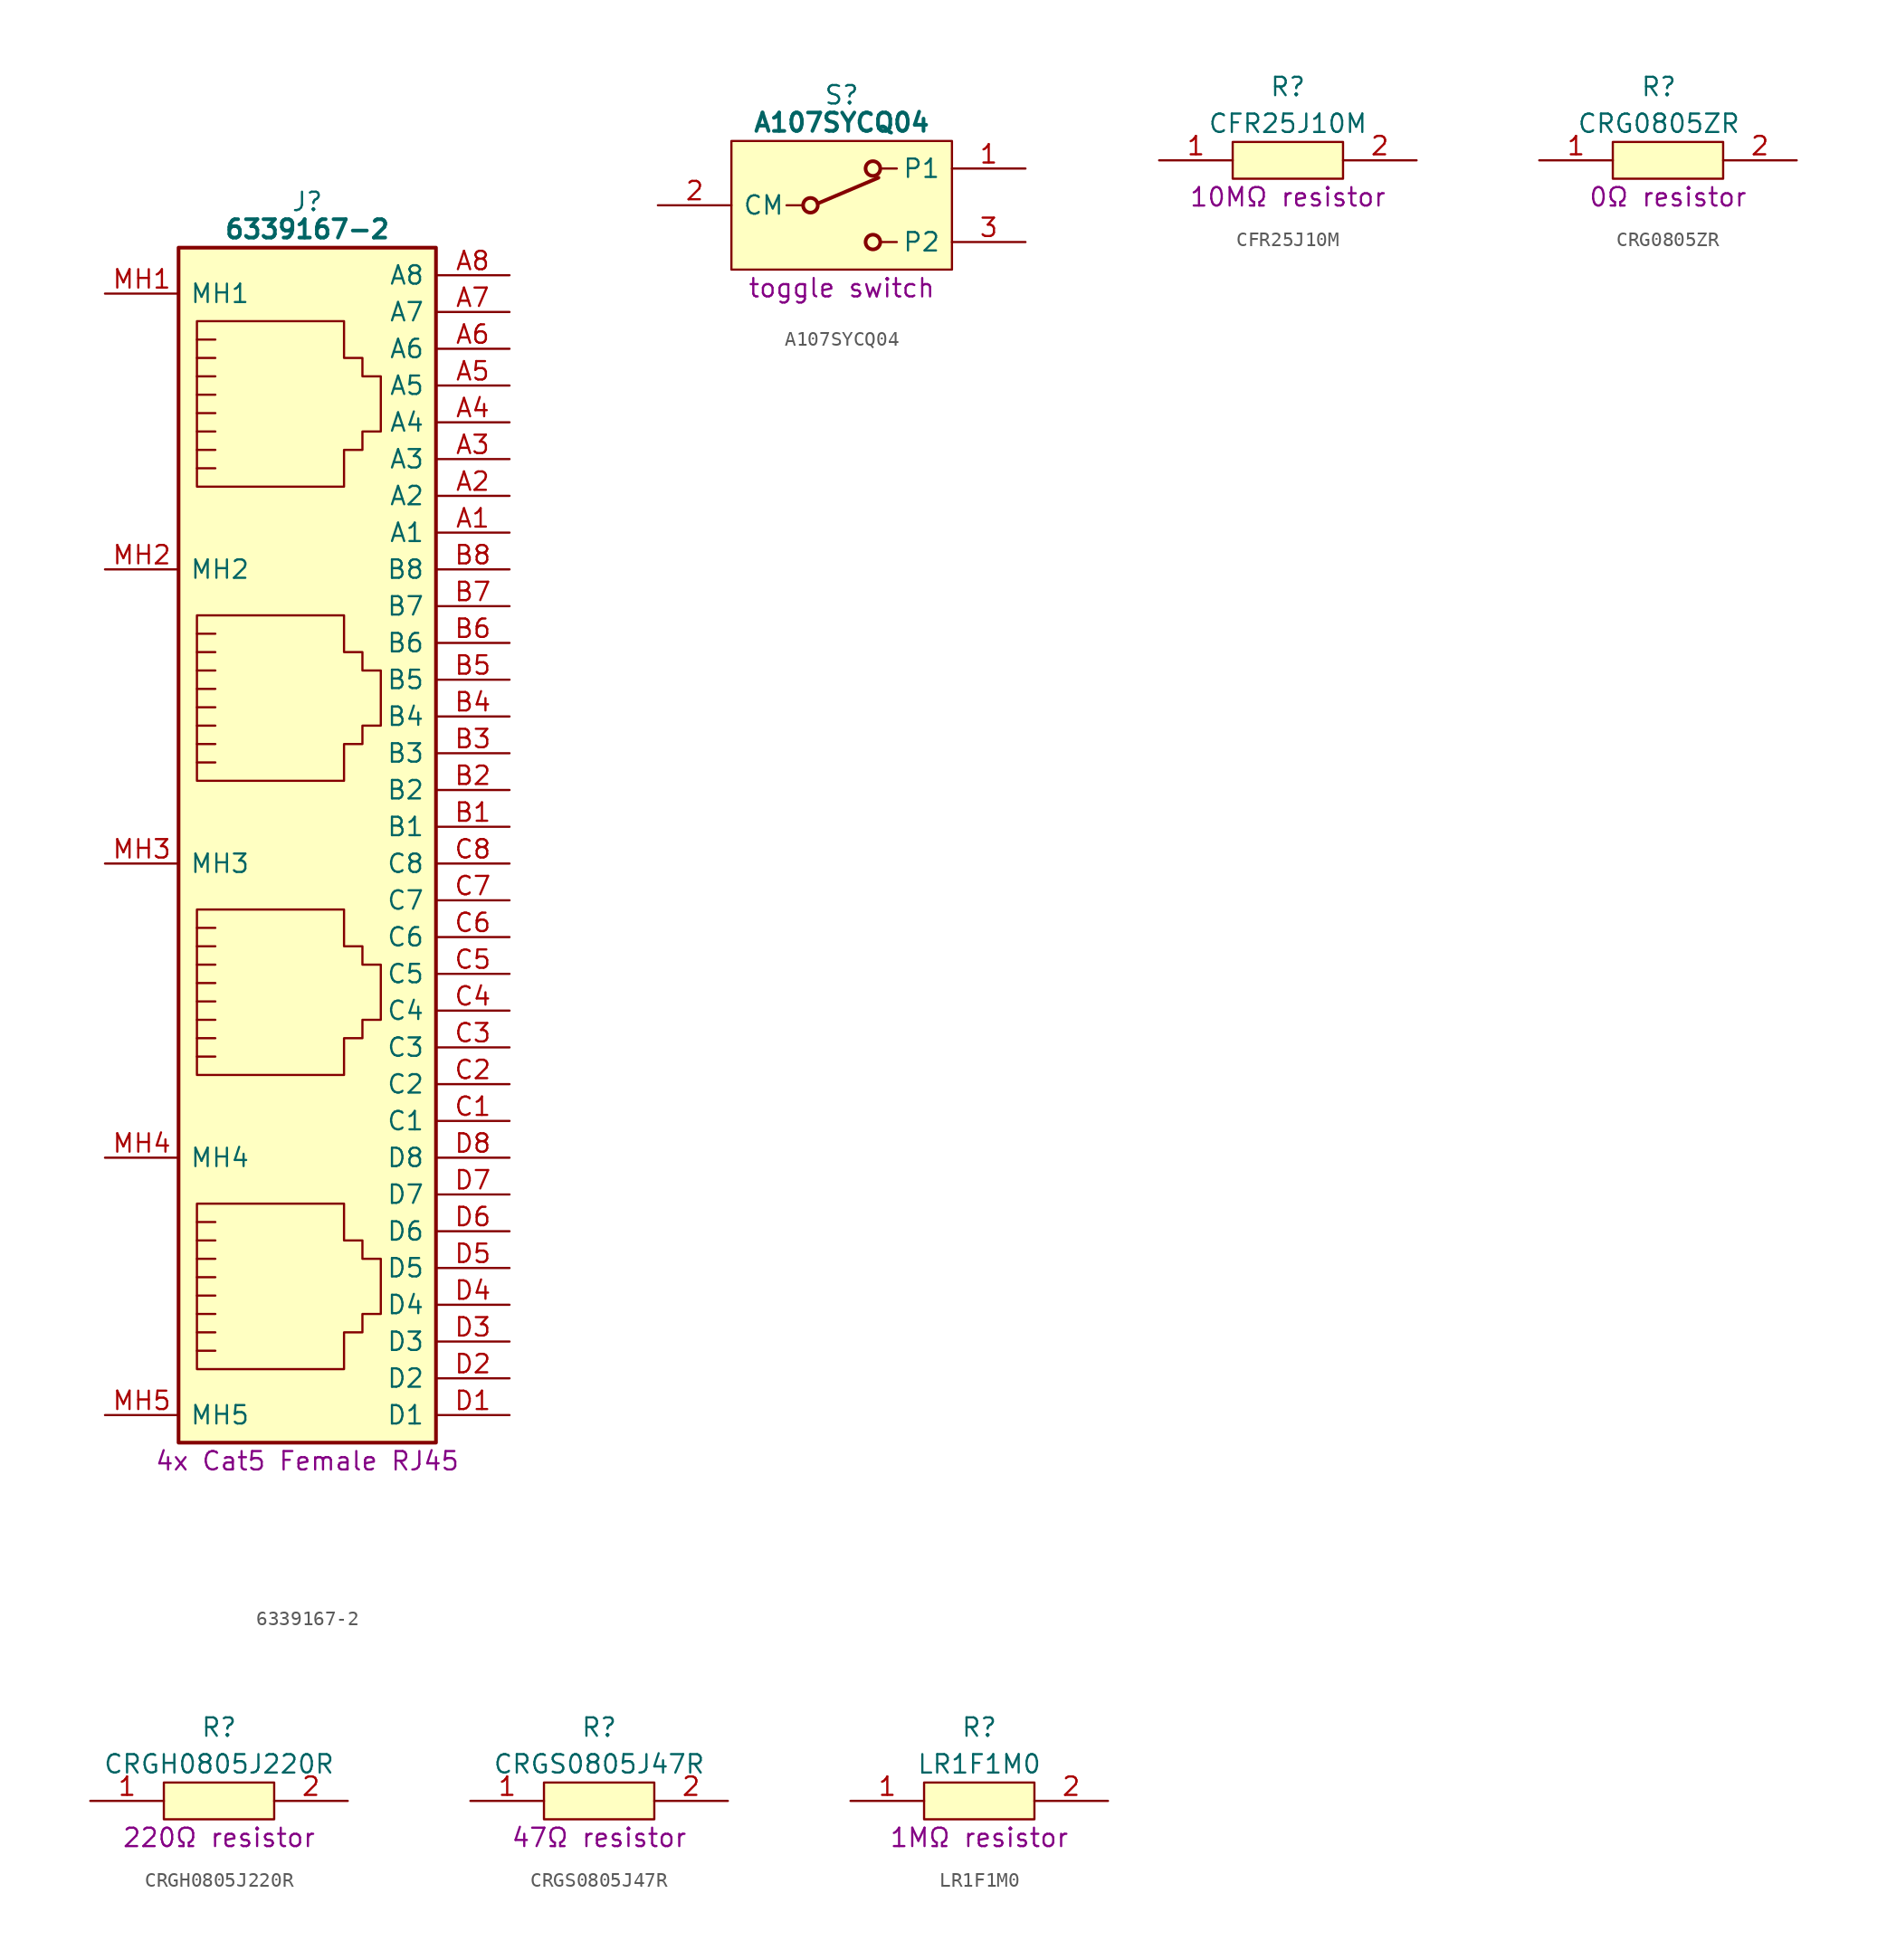
<source format=kicad_sym>
(kicad_symbol_lib
  (version 20241209)
  (generator "kicad_symbol_editor")
  (generator_version "9.0")
  (symbol "6339167-2"
    (pin_names
      (offset 0.762))
    (property "Reference" "J"
      (at -13.97 5.08 0)
      (effects (font (size 1.27 1.27))))
    (property "Value" "6339167-2"
      (at -13.97 3.175 0)
      (effects (font (size 1.27 1.27) (bold yes))))
    (property "Description" "4x Cat5 Female RJ45"
      (at -13.97 -81.915 0)
      (effects (font (size 1.27 1.27))))
    (symbol "6339167-2_0_0"
      (pin passive line (at -27.94 -1.27 0) (length 5.08) (name "MH1" (effects (font (size 1.27 1.27)))) (number "MH1" (effects (font (size 1.27 1.27)))))
      (pin passive line (at -27.94 -20.32 0) (length 5.08) (name "MH2" (effects (font (size 1.27 1.27)))) (number "MH2" (effects (font (size 1.27 1.27)))))
      (pin passive line (at -27.94 -40.64 0) (length 5.08) (name "MH3" (effects (font (size 1.27 1.27)))) (number "MH3" (effects (font (size 1.27 1.27)))))
      (pin passive line (at -27.94 -60.96 0) (length 5.08) (name "MH4" (effects (font (size 1.27 1.27)))) (number "MH4" (effects (font (size 1.27 1.27)))))
      (pin passive line (at -27.94 -78.74 0) (length 5.08) (name "MH5" (effects (font (size 1.27 1.27)))) (number "MH5" (effects (font (size 1.27 1.27)))))
      (pin passive line (at 0 0 180) (length 5.08) (name "A8" (effects (font (size 1.27 1.27)))) (number "A8" (effects (font (size 1.27 1.27)))))
      (pin passive line (at 0 -2.54 180) (length 5.08) (name "A7" (effects (font (size 1.27 1.27)))) (number "A7" (effects (font (size 1.27 1.27)))))
      (pin passive line (at 0 -5.08 180) (length 5.08) (name "A6" (effects (font (size 1.27 1.27)))) (number "A6" (effects (font (size 1.27 1.27)))))
      (pin passive line (at 0 -7.62 180) (length 5.08) (name "A5" (effects (font (size 1.27 1.27)))) (number "A5" (effects (font (size 1.27 1.27)))))
      (pin passive line (at 0 -10.16 180) (length 5.08) (name "A4" (effects (font (size 1.27 1.27)))) (number "A4" (effects (font (size 1.27 1.27)))))
      (pin passive line (at 0 -12.7 180) (length 5.08) (name "A3" (effects (font (size 1.27 1.27)))) (number "A3" (effects (font (size 1.27 1.27)))))
      (pin passive line (at 0 -15.24 180) (length 5.08) (name "A2" (effects (font (size 1.27 1.27)))) (number "A2" (effects (font (size 1.27 1.27)))))
      (pin passive line (at 0 -17.78 180) (length 5.08) (name "A1" (effects (font (size 1.27 1.27)))) (number "A1" (effects (font (size 1.27 1.27)))))
      (pin passive line (at 0 -20.32 180) (length 5.08) (name "B8" (effects (font (size 1.27 1.27)))) (number "B8" (effects (font (size 1.27 1.27)))))
      (pin passive line (at 0 -22.86 180) (length 5.08) (name "B7" (effects (font (size 1.27 1.27)))) (number "B7" (effects (font (size 1.27 1.27)))))
      (pin passive line (at 0 -25.4 180) (length 5.08) (name "B6" (effects (font (size 1.27 1.27)))) (number "B6" (effects (font (size 1.27 1.27)))))
      (pin passive line (at 0 -27.94 180) (length 5.08) (name "B5" (effects (font (size 1.27 1.27)))) (number "B5" (effects (font (size 1.27 1.27)))))
      (pin passive line (at 0 -30.48 180) (length 5.08) (name "B4" (effects (font (size 1.27 1.27)))) (number "B4" (effects (font (size 1.27 1.27)))))
      (pin passive line (at 0 -33.02 180) (length 5.08) (name "B3" (effects (font (size 1.27 1.27)))) (number "B3" (effects (font (size 1.27 1.27)))))
      (pin passive line (at 0 -35.56 180) (length 5.08) (name "B2" (effects (font (size 1.27 1.27)))) (number "B2" (effects (font (size 1.27 1.27)))))
      (pin passive line (at 0 -38.1 180) (length 5.08) (name "B1" (effects (font (size 1.27 1.27)))) (number "B1" (effects (font (size 1.27 1.27)))))
      (pin passive line (at 0 -40.64 180) (length 5.08) (name "C8" (effects (font (size 1.27 1.27)))) (number "C8" (effects (font (size 1.27 1.27)))))
      (pin passive line (at 0 -43.18 180) (length 5.08) (name "C7" (effects (font (size 1.27 1.27)))) (number "C7" (effects (font (size 1.27 1.27)))))
      (pin passive line (at 0 -45.72 180) (length 5.08) (name "C6" (effects (font (size 1.27 1.27)))) (number "C6" (effects (font (size 1.27 1.27)))))
      (pin passive line (at 0 -48.26 180) (length 5.08) (name "C5" (effects (font (size 1.27 1.27)))) (number "C5" (effects (font (size 1.27 1.27)))))
      (pin passive line (at 0 -50.8 180) (length 5.08) (name "C4" (effects (font (size 1.27 1.27)))) (number "C4" (effects (font (size 1.27 1.27)))))
      (pin passive line (at 0 -53.34 180) (length 5.08) (name "C3" (effects (font (size 1.27 1.27)))) (number "C3" (effects (font (size 1.27 1.27)))))
      (pin passive line (at 0 -55.88 180) (length 5.08) (name "C2" (effects (font (size 1.27 1.27)))) (number "C2" (effects (font (size 1.27 1.27)))))
      (pin passive line (at 0 -58.42 180) (length 5.08) (name "C1" (effects (font (size 1.27 1.27)))) (number "C1" (effects (font (size 1.27 1.27)))))
      (pin passive line (at 0 -60.96 180) (length 5.08) (name "D8" (effects (font (size 1.27 1.27)))) (number "D8" (effects (font (size 1.27 1.27)))))
      (pin passive line (at 0 -63.5 180) (length 5.08) (name "D7" (effects (font (size 1.27 1.27)))) (number "D7" (effects (font (size 1.27 1.27)))))
      (pin passive line (at 0 -66.04 180) (length 5.08) (name "D6" (effects (font (size 1.27 1.27)))) (number "D6" (effects (font (size 1.27 1.27)))))
      (pin passive line (at 0 -68.58 180) (length 5.08) (name "D5" (effects (font (size 1.27 1.27)))) (number "D5" (effects (font (size 1.27 1.27)))))
      (pin passive line (at 0 -71.12 180) (length 5.08) (name "D4" (effects (font (size 1.27 1.27)))) (number "D4" (effects (font (size 1.27 1.27)))))
      (pin passive line (at 0 -73.66 180) (length 5.08) (name "D3" (effects (font (size 1.27 1.27)))) (number "D3" (effects (font (size 1.27 1.27)))))
      (pin passive line (at 0 -76.2 180) (length 5.08) (name "D2" (effects (font (size 1.27 1.27)))) (number "D2" (effects (font (size 1.27 1.27)))))
      (pin passive line (at 0 -78.74 180) (length 5.08) (name "D1" (effects (font (size 1.27 1.27)))) (number "D1" (effects (font (size 1.27 1.27))))))
    (symbol "6339167-2_0_1"
      (rectangle (start -22.86 1.905) (end -5.08 -80.645) (stroke (width 0.254) (type default)) (fill (type background)))
      (polyline (pts (xy -21.59 -8.255) (xy -20.32 -8.255) (xy -20.32 -8.255)) (stroke (width 0) (type default)) (fill (type none)))
      (polyline (pts (xy -21.59 -9.525) (xy -20.32 -9.525) (xy -20.32 -9.525)) (stroke (width 0) (type default)) (fill (type none)))
      (polyline (pts (xy -21.59 -10.795) (xy -20.32 -10.795) (xy -20.32 -10.795)) (stroke (width 0) (type default)) (fill (type none)))
      (polyline (pts (xy -21.59 -12.065) (xy -20.32 -12.065) (xy -20.32 -12.065)) (stroke (width 0) (type default)) (fill (type none)))
      (polyline (pts (xy -21.59 -13.335) (xy -20.32 -13.335) (xy -20.32 -13.335)) (stroke (width 0) (type default)) (fill (type none)))
      (polyline (pts (xy -21.59 -14.605) (xy -21.59 -3.175) (xy -11.43 -3.175) (xy -11.43 -5.715) (xy -10.16 -5.715) (xy -10.16 -6.985) (xy -8.89 -6.985) (xy -8.89 -10.795) (xy -10.16 -10.795) (xy -10.16 -12.065) (xy -11.43 -12.065) (xy -11.43 -14.605) (xy -21.59 -14.605) (xy -21.59 -14.605)) (stroke (width 0) (type default)) (fill (type none)))
      (polyline (pts (xy -21.59 -28.575) (xy -20.32 -28.575) (xy -20.32 -28.575)) (stroke (width 0) (type default)) (fill (type none)))
      (polyline (pts (xy -21.59 -29.845) (xy -20.32 -29.845) (xy -20.32 -29.845)) (stroke (width 0) (type default)) (fill (type none)))
      (polyline (pts (xy -21.59 -31.115) (xy -20.32 -31.115) (xy -20.32 -31.115)) (stroke (width 0) (type default)) (fill (type none)))
      (polyline (pts (xy -21.59 -32.385) (xy -20.32 -32.385) (xy -20.32 -32.385)) (stroke (width 0) (type default)) (fill (type none)))
      (polyline (pts (xy -21.59 -33.655) (xy -20.32 -33.655) (xy -20.32 -33.655)) (stroke (width 0) (type default)) (fill (type none)))
      (polyline (pts (xy -21.59 -34.925) (xy -21.59 -23.495) (xy -11.43 -23.495) (xy -11.43 -26.035) (xy -10.16 -26.035) (xy -10.16 -27.305) (xy -8.89 -27.305) (xy -8.89 -31.115) (xy -10.16 -31.115) (xy -10.16 -32.385) (xy -11.43 -32.385) (xy -11.43 -34.925) (xy -21.59 -34.925) (xy -21.59 -34.925)) (stroke (width 0) (type default)) (fill (type none)))
      (polyline (pts (xy -21.59 -48.895) (xy -20.32 -48.895) (xy -20.32 -48.895)) (stroke (width 0) (type default)) (fill (type none)))
      (polyline (pts (xy -21.59 -50.165) (xy -20.32 -50.165) (xy -20.32 -50.165)) (stroke (width 0) (type default)) (fill (type none)))
      (polyline (pts (xy -21.59 -51.435) (xy -20.32 -51.435) (xy -20.32 -51.435)) (stroke (width 0) (type default)) (fill (type none)))
      (polyline (pts (xy -21.59 -52.705) (xy -20.32 -52.705) (xy -20.32 -52.705)) (stroke (width 0) (type default)) (fill (type none)))
      (polyline (pts (xy -21.59 -53.975) (xy -20.32 -53.975) (xy -20.32 -53.975)) (stroke (width 0) (type default)) (fill (type none)))
      (polyline (pts (xy -21.59 -55.245) (xy -21.59 -43.815) (xy -11.43 -43.815) (xy -11.43 -46.355) (xy -10.16 -46.355) (xy -10.16 -47.625) (xy -8.89 -47.625) (xy -8.89 -51.435) (xy -10.16 -51.435) (xy -10.16 -52.705) (xy -11.43 -52.705) (xy -11.43 -55.245) (xy -21.59 -55.245) (xy -21.59 -55.245)) (stroke (width 0) (type default)) (fill (type none)))
      (polyline (pts (xy -21.59 -69.215) (xy -20.32 -69.215) (xy -20.32 -69.215)) (stroke (width 0) (type default)) (fill (type none)))
      (polyline (pts (xy -21.59 -70.485) (xy -20.32 -70.485) (xy -20.32 -70.485)) (stroke (width 0) (type default)) (fill (type none)))
      (polyline (pts (xy -21.59 -71.755) (xy -20.32 -71.755) (xy -20.32 -71.755)) (stroke (width 0) (type default)) (fill (type none)))
      (polyline (pts (xy -21.59 -73.025) (xy -20.32 -73.025) (xy -20.32 -73.025)) (stroke (width 0) (type default)) (fill (type none)))
      (polyline (pts (xy -21.59 -74.295) (xy -20.32 -74.295) (xy -20.32 -74.295)) (stroke (width 0) (type default)) (fill (type none)))
      (polyline (pts (xy -21.59 -75.565) (xy -21.59 -64.135) (xy -11.43 -64.135) (xy -11.43 -66.675) (xy -10.16 -66.675) (xy -10.16 -67.945) (xy -8.89 -67.945) (xy -8.89 -71.755) (xy -10.16 -71.755) (xy -10.16 -73.025) (xy -11.43 -73.025) (xy -11.43 -75.565) (xy -21.59 -75.565) (xy -21.59 -75.565)) (stroke (width 0) (type default)) (fill (type none)))
      (polyline (pts (xy -20.32 -4.445) (xy -21.59 -4.445)) (stroke (width 0) (type default)) (fill (type none)))
      (polyline (pts (xy -20.32 -5.715) (xy -21.59 -5.715)) (stroke (width 0) (type default)) (fill (type none)))
      (polyline (pts (xy -20.32 -6.985) (xy -21.59 -6.985) (xy -21.59 -6.985)) (stroke (width 0) (type default)) (fill (type none)))
      (polyline (pts (xy -20.32 -24.765) (xy -21.59 -24.765)) (stroke (width 0) (type default)) (fill (type none)))
      (polyline (pts (xy -20.32 -26.035) (xy -21.59 -26.035)) (stroke (width 0) (type default)) (fill (type none)))
      (polyline (pts (xy -20.32 -27.305) (xy -21.59 -27.305) (xy -21.59 -27.305)) (stroke (width 0) (type default)) (fill (type none)))
      (polyline (pts (xy -20.32 -45.085) (xy -21.59 -45.085)) (stroke (width 0) (type default)) (fill (type none)))
      (polyline (pts (xy -20.32 -46.355) (xy -21.59 -46.355)) (stroke (width 0) (type default)) (fill (type none)))
      (polyline (pts (xy -20.32 -47.625) (xy -21.59 -47.625) (xy -21.59 -47.625)) (stroke (width 0) (type default)) (fill (type none)))
      (polyline (pts (xy -20.32 -65.405) (xy -21.59 -65.405)) (stroke (width 0) (type default)) (fill (type none)))
      (polyline (pts (xy -20.32 -66.675) (xy -21.59 -66.675)) (stroke (width 0) (type default)) (fill (type none)))
      (polyline (pts (xy -20.32 -67.945) (xy -21.59 -67.945) (xy -21.59 -67.945)) (stroke (width 0) (type default)) (fill (type none)))))
  (symbol "A107SYCQ04"
    (pin_names
      (offset 0.762))
    (property "Reference" "S"
      (at 12.7 5.08 0)
      (effects (font (size 1.27 1.27))))
    (property "Value" "A107SYCQ04"
      (at 12.7 3.175 0)
      (effects (font (size 1.27 1.27) (bold yes))))
    (property "Description" "toggle switch"
      (at 12.7 -8.255 0)
      (effects (font (size 1.27 1.27))))
    (symbol "A107SYCQ04_0_0"
      (pin passive line (at 0 -2.54 0) (length 5.08) (name "CM" (effects (font (size 1.27 1.27)))) (number "2" (effects (font (size 1.27 1.27)))))
      (pin passive line (at 25.4 0 180) (length 5.08) (name "P1" (effects (font (size 1.27 1.27)))) (number "1" (effects (font (size 1.27 1.27)))))
      (pin passive line (at 25.4 -5.08 180) (length 5.08) (name "P2" (effects (font (size 1.27 1.27)))) (number "3" (effects (font (size 1.27 1.27))))))
    (symbol "A107SYCQ04_0_1"
      (polyline (pts (xy 5.08 1.905) (xy 20.32 1.905) (xy 20.32 -6.985) (xy 5.08 -6.985) (xy 5.08 1.905)) (stroke (width 0.152) (type default)) (fill (type background))))
    (symbol "A107SYCQ04_1_1"
      (polyline (pts (xy 8.89 -2.54) (xy 9.906 -2.54)) (stroke (width 0) (type default)) (fill (type none)))
      (circle (center 10.541 -2.54) (radius 0.508) (stroke (width 0.254) (type default)) (fill (type none)))
      (polyline (pts (xy 11.049 -2.413) (xy 15.24 -0.635)) (stroke (width 0.254) (type default)) (fill (type none)))
      (circle (center 14.859 0) (radius 0.508) (stroke (width 0.254) (type default)) (fill (type none)))
      (circle (center 14.859 -5.08) (radius 0.508) (stroke (width 0.254) (type default)) (fill (type none)))
      (polyline (pts (xy 16.51 0) (xy 15.494 0)) (stroke (width 0) (type default)) (fill (type none)))
      (polyline (pts (xy 16.51 -5.08) (xy 15.494 -5.08)) (stroke (width 0) (type default)) (fill (type none)))))
  (symbol "CFR25J10M"
    (pin_names
      (offset 0.762))
    (property "Reference" "R"
      (at 8.89 5.08 0)
      (effects (font (size 1.27 1.27))))
    (property "Value" "CFR25J10M"
      (at 8.89 2.54 0)
      (effects (font (size 1.27 1.27))))
    (property "Description" "10MΩ resistor"
      (at 8.89 -2.54 0)
      (effects (font (size 1.27 1.27))))
    (symbol "CFR25J10M_0_0"
      (pin passive line (at 0 0 0) (length 5.08) (name "~" (effects (font (size 1.27 1.27)))) (number "1" (effects (font (size 1.27 1.27)))))
      (pin passive line (at 17.78 0 180) (length 5.08) (name "~" (effects (font (size 1.27 1.27)))) (number "2" (effects (font (size 1.27 1.27))))))
    (symbol "CFR25J10M_0_1"
      (polyline (pts (xy 5.08 1.27) (xy 12.7 1.27) (xy 12.7 -1.27) (xy 5.08 -1.27) (xy 5.08 1.27)) (stroke (width 0.152) (type default)) (fill (type background)))))
  (symbol "CRG0805ZR"
    (pin_names
      (offset 0.762))
    (property "Reference" "R"
      (at 8.255 5.08 0)
      (effects (font (size 1.27 1.27))))
    (property "Value" "CRG0805ZR"
      (at 8.255 2.54 0)
      (effects (font (size 1.27 1.27))))
    (property "Description" "0Ω resistor"
      (at 8.89 -2.54 0)
      (effects (font (size 1.27 1.27))))
    (symbol "CRG0805ZR_0_0"
      (pin passive line (at 0 0 0) (length 5.08) (name "~" (effects (font (size 1.27 1.27)))) (number "1" (effects (font (size 1.27 1.27)))))
      (pin passive line (at 17.78 0 180) (length 5.08) (name "~" (effects (font (size 1.27 1.27)))) (number "2" (effects (font (size 1.27 1.27))))))
    (symbol "CRG0805ZR_0_1"
      (polyline (pts (xy 5.08 1.27) (xy 12.7 1.27) (xy 12.7 -1.27) (xy 5.08 -1.27) (xy 5.08 1.27)) (stroke (width 0.152) (type default)) (fill (type background)))))
  (symbol "CRGH0805J220R"
    (pin_names
      (offset 0.762))
    (property "Reference" "R"
      (at 8.89 5.08 0)
      (effects (font (size 1.27 1.27))))
    (property "Value" "CRGH0805J220R"
      (at 8.89 2.54 0)
      (effects (font (size 1.27 1.27))))
    (property "Description" "220Ω resistor"
      (at 8.89 -2.54 0)
      (effects (font (size 1.27 1.27))))
    (symbol "CRGH0805J220R_0_0"
      (pin passive line (at 0 0 0) (length 5.08) (name "~" (effects (font (size 1.27 1.27)))) (number "1" (effects (font (size 1.27 1.27)))))
      (pin passive line (at 17.78 0 180) (length 5.08) (name "~" (effects (font (size 1.27 1.27)))) (number "2" (effects (font (size 1.27 1.27))))))
    (symbol "CRGH0805J220R_0_1"
      (polyline (pts (xy 5.08 1.27) (xy 12.7 1.27) (xy 12.7 -1.27) (xy 5.08 -1.27) (xy 5.08 1.27)) (stroke (width 0.152) (type default)) (fill (type background)))))
  (symbol "CRGS0805J47R"
    (pin_names
      (offset 0.762))
    (property "Reference" "R"
      (at 8.89 5.08 0)
      (effects (font (size 1.27 1.27))))
    (property "Value" "CRGS0805J47R"
      (at 8.89 2.54 0)
      (effects (font (size 1.27 1.27))))
    (property "Description" "47Ω resistor"
      (at 8.89 -2.54 0)
      (effects (font (size 1.27 1.27))))
    (symbol "CRGS0805J47R_0_0"
      (pin passive line (at 0 0 0) (length 5.08) (name "~" (effects (font (size 1.27 1.27)))) (number "1" (effects (font (size 1.27 1.27)))))
      (pin passive line (at 17.78 0 180) (length 5.08) (name "~" (effects (font (size 1.27 1.27)))) (number "2" (effects (font (size 1.27 1.27))))))
    (symbol "CRGS0805J47R_0_1"
      (polyline (pts (xy 5.08 1.27) (xy 12.7 1.27) (xy 12.7 -1.27) (xy 5.08 -1.27) (xy 5.08 1.27)) (stroke (width 0.152) (type default)) (fill (type background)))))
  (symbol "LR1F1M0"
    (pin_names
      (offset 0.762))
    (property "Reference" "R"
      (at 8.89 5.08 0)
      (effects (font (size 1.27 1.27))))
    (property "Value" "LR1F1M0"
      (at 8.89 2.54 0)
      (effects (font (size 1.27 1.27))))
    (property "Description" "1MΩ resistor"
      (at 8.89 -2.54 0)
      (effects (font (size 1.27 1.27))))
    (symbol "LR1F1M0_0_0"
      (pin passive line (at 0 0 0) (length 5.08) (name "~" (effects (font (size 1.27 1.27)))) (number "1" (effects (font (size 1.27 1.27)))))
      (pin passive line (at 17.78 0 180) (length 5.08) (name "~" (effects (font (size 1.27 1.27)))) (number "2" (effects (font (size 1.27 1.27))))))
    (symbol "LR1F1M0_0_1"
      (polyline (pts (xy 5.08 1.27) (xy 12.7 1.27) (xy 12.7 -1.27) (xy 5.08 -1.27) (xy 5.08 1.27)) (stroke (width 0.152) (type default)) (fill (type background))))))
</source>
